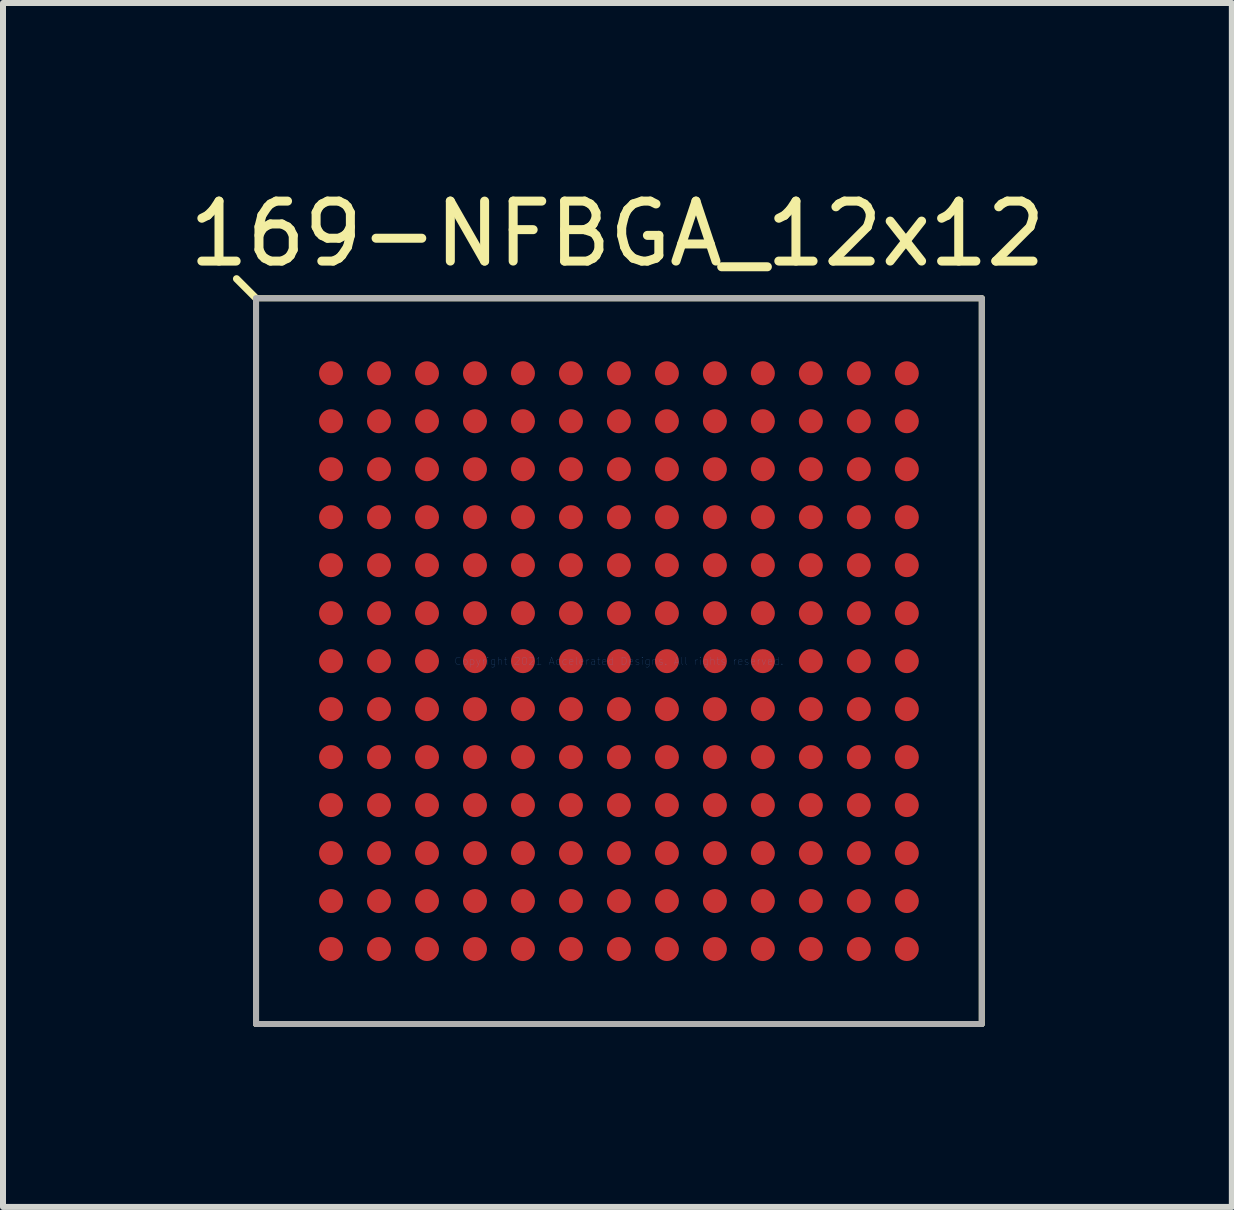
<source format=kicad_pcb>
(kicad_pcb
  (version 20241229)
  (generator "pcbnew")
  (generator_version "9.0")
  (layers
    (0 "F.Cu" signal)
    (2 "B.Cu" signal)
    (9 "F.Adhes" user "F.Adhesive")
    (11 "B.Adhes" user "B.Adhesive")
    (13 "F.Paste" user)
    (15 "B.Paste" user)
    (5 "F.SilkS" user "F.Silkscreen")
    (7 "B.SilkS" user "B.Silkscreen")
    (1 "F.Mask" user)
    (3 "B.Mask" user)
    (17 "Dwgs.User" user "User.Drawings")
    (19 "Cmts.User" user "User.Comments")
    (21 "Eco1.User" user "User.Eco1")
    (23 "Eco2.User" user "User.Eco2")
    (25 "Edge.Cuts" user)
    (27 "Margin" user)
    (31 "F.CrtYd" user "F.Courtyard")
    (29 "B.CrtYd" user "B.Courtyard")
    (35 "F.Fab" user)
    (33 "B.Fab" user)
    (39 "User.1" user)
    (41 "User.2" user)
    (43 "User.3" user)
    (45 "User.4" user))
  (footprint "169-NFBGA_12x12"
    (layer "F.Cu")
    (at 7.269 7.973)
    (property "Reference" "169-NFBGA_12x12" (at -0.025 -7.125 0) (layer "F.SilkS") (effects (font (size 1 1) (thickness 0.15))))
    (attr through_hole)
    (fp_line (start -6.05 -6.05) (end -6.375 -6.375) (stroke (width 0.12) (type solid)) (layer "F.SilkS"))
    (fp_line (start -6.05 -6.05) (end 6.05 -6.05) (stroke (width 0.1) (type solid)) (layer "F.SilkS"))
    (fp_line (start -6.05 6.05) (end -6.05 -6.05) (stroke (width 0.1) (type solid)) (layer "F.SilkS"))
    (fp_line (start -6.05 6.05) (end 6.05 6.05) (stroke (width 0.1) (type solid)) (layer "F.SilkS"))
    (fp_line (start 6.05 6.05) (end 6.05 -6.05) (stroke (width 0.1) (type solid)) (layer "F.SilkS"))
    (fp_line (start -6.05 -6.05) (end 6.05 -6.05) (stroke (width 0.1) (type solid)) (layer "F.Fab"))
    (fp_line (start -6.05 6.05) (end -6.05 -6.05) (stroke (width 0.1) (type solid)) (layer "F.Fab"))
    (fp_line (start -6.05 6.05) (end 6.05 6.05) (stroke (width 0.1) (type solid)) (layer "F.Fab"))
    (fp_line (start 6.05 6.05) (end 6.05 -6.05) (stroke (width 0.1) (type solid)) (layer "F.Fab"))
    (fp_text user "Copyright 2021 Accelerated Designs. All rights reserved." (at 0 0 0) (layer "Cmts.User") (effects (font (size 0.127 0.127) (thickness 0.002))))
    (pad "A1" smd circle (at -4.8 -4.8) (size 0.4 0.4) (layers "F.Cu" "F.Mask" "F.Paste"))
    (pad "A2" smd circle (at -4 -4.8) (size 0.4 0.4) (layers "F.Cu" "F.Mask" "F.Paste"))
    (pad "A3" smd circle (at -3.2 -4.8) (size 0.4 0.4) (layers "F.Cu" "F.Mask" "F.Paste"))
    (pad "A4" smd circle (at -2.4 -4.8) (size 0.4 0.4) (layers "F.Cu" "F.Mask" "F.Paste"))
    (pad "A5" smd circle (at -1.6 -4.8) (size 0.4 0.4) (layers "F.Cu" "F.Mask" "F.Paste"))
    (pad "A6" smd circle (at -0.8 -4.8) (size 0.4 0.4) (layers "F.Cu" "F.Mask" "F.Paste"))
    (pad "A7" smd circle (at 0 -4.8) (size 0.4 0.4) (layers "F.Cu" "F.Mask" "F.Paste"))
    (pad "A8" smd circle (at 0.8 -4.8) (size 0.4 0.4) (layers "F.Cu" "F.Mask" "F.Paste"))
    (pad "A9" smd circle (at 1.6 -4.8) (size 0.4 0.4) (layers "F.Cu" "F.Mask" "F.Paste"))
    (pad "A10" smd circle (at 2.4 -4.8) (size 0.4 0.4) (layers "F.Cu" "F.Mask" "F.Paste"))
    (pad "A11" smd circle (at 3.2 -4.8) (size 0.4 0.4) (layers "F.Cu" "F.Mask" "F.Paste"))
    (pad "A12" smd circle (at 4 -4.8) (size 0.4 0.4) (layers "F.Cu" "F.Mask" "F.Paste"))
    (pad "A13" smd circle (at 4.8 -4.8) (size 0.4 0.4) (layers "F.Cu" "F.Mask" "F.Paste"))
    (pad "B1" smd circle (at -4.8 -4) (size 0.4 0.4) (layers "F.Cu" "F.Mask" "F.Paste"))
    (pad "B2" smd circle (at -4 -4) (size 0.4 0.4) (layers "F.Cu" "F.Mask" "F.Paste"))
    (pad "B3" smd circle (at -3.2 -4) (size 0.4 0.4) (layers "F.Cu" "F.Mask" "F.Paste"))
    (pad "B4" smd circle (at -2.4 -4) (size 0.4 0.4) (layers "F.Cu" "F.Mask" "F.Paste"))
    (pad "B5" smd circle (at -1.6 -4) (size 0.4 0.4) (layers "F.Cu" "F.Mask" "F.Paste"))
    (pad "B6" smd circle (at -0.8 -4) (size 0.4 0.4) (layers "F.Cu" "F.Mask" "F.Paste"))
    (pad "B7" smd circle (at 0 -4) (size 0.4 0.4) (layers "F.Cu" "F.Mask" "F.Paste"))
    (pad "B8" smd circle (at 0.8 -4) (size 0.4 0.4) (layers "F.Cu" "F.Mask" "F.Paste"))
    (pad "B9" smd circle (at 1.6 -4) (size 0.4 0.4) (layers "F.Cu" "F.Mask" "F.Paste"))
    (pad "B10" smd circle (at 2.4 -4) (size 0.4 0.4) (layers "F.Cu" "F.Mask" "F.Paste"))
    (pad "B11" smd circle (at 3.2 -4) (size 0.4 0.4) (layers "F.Cu" "F.Mask" "F.Paste"))
    (pad "B12" smd circle (at 4 -4) (size 0.4 0.4) (layers "F.Cu" "F.Mask" "F.Paste"))
    (pad "B13" smd circle (at 4.8 -4) (size 0.4 0.4) (layers "F.Cu" "F.Mask" "F.Paste"))
    (pad "C1" smd circle (at -4.8 -3.2) (size 0.4 0.4) (layers "F.Cu" "F.Mask" "F.Paste"))
    (pad "C2" smd circle (at -4 -3.2) (size 0.4 0.4) (layers "F.Cu" "F.Mask" "F.Paste"))
    (pad "C3" smd circle (at -3.2 -3.2) (size 0.4 0.4) (layers "F.Cu" "F.Mask" "F.Paste"))
    (pad "C4" smd circle (at -2.4 -3.2) (size 0.4 0.4) (layers "F.Cu" "F.Mask" "F.Paste"))
    (pad "C5" smd circle (at -1.6 -3.2) (size 0.4 0.4) (layers "F.Cu" "F.Mask" "F.Paste"))
    (pad "C6" smd circle (at -0.8 -3.2) (size 0.4 0.4) (layers "F.Cu" "F.Mask" "F.Paste"))
    (pad "C7" smd circle (at 0 -3.2) (size 0.4 0.4) (layers "F.Cu" "F.Mask" "F.Paste"))
    (pad "C8" smd circle (at 0.8 -3.2) (size 0.4 0.4) (layers "F.Cu" "F.Mask" "F.Paste"))
    (pad "C9" smd circle (at 1.6 -3.2) (size 0.4 0.4) (layers "F.Cu" "F.Mask" "F.Paste"))
    (pad "C10" smd circle (at 2.4 -3.2) (size 0.4 0.4) (layers "F.Cu" "F.Mask" "F.Paste"))
    (pad "C11" smd circle (at 3.2 -3.2) (size 0.4 0.4) (layers "F.Cu" "F.Mask" "F.Paste"))
    (pad "C12" smd circle (at 4 -3.2) (size 0.4 0.4) (layers "F.Cu" "F.Mask" "F.Paste"))
    (pad "C13" smd circle (at 4.8 -3.2) (size 0.4 0.4) (layers "F.Cu" "F.Mask" "F.Paste"))
    (pad "D1" smd circle (at -4.8 -2.4) (size 0.4 0.4) (layers "F.Cu" "F.Mask" "F.Paste"))
    (pad "D2" smd circle (at -4 -2.4) (size 0.4 0.4) (layers "F.Cu" "F.Mask" "F.Paste"))
    (pad "D3" smd circle (at -3.2 -2.4) (size 0.4 0.4) (layers "F.Cu" "F.Mask" "F.Paste"))
    (pad "D4" smd circle (at -2.4 -2.4) (size 0.4 0.4) (layers "F.Cu" "F.Mask" "F.Paste"))
    (pad "D5" smd circle (at -1.6 -2.4) (size 0.4 0.4) (layers "F.Cu" "F.Mask" "F.Paste"))
    (pad "D6" smd circle (at -0.8 -2.4) (size 0.4 0.4) (layers "F.Cu" "F.Mask" "F.Paste"))
    (pad "D7" smd circle (at 0 -2.4) (size 0.4 0.4) (layers "F.Cu" "F.Mask" "F.Paste"))
    (pad "D8" smd circle (at 0.8 -2.4) (size 0.4 0.4) (layers "F.Cu" "F.Mask" "F.Paste"))
    (pad "D9" smd circle (at 1.6 -2.4) (size 0.4 0.4) (layers "F.Cu" "F.Mask" "F.Paste"))
    (pad "D10" smd circle (at 2.4 -2.4) (size 0.4 0.4) (layers "F.Cu" "F.Mask" "F.Paste"))
    (pad "D11" smd circle (at 3.2 -2.4) (size 0.4 0.4) (layers "F.Cu" "F.Mask" "F.Paste"))
    (pad "D12" smd circle (at 4 -2.4) (size 0.4 0.4) (layers "F.Cu" "F.Mask" "F.Paste"))
    (pad "D13" smd circle (at 4.8 -2.4) (size 0.4 0.4) (layers "F.Cu" "F.Mask" "F.Paste"))
    (pad "E1" smd circle (at -4.8 -1.6) (size 0.4 0.4) (layers "F.Cu" "F.Mask" "F.Paste"))
    (pad "E2" smd circle (at -4 -1.6) (size 0.4 0.4) (layers "F.Cu" "F.Mask" "F.Paste"))
    (pad "E3" smd circle (at -3.2 -1.6) (size 0.4 0.4) (layers "F.Cu" "F.Mask" "F.Paste"))
    (pad "E4" smd circle (at -2.4 -1.6) (size 0.4 0.4) (layers "F.Cu" "F.Mask" "F.Paste"))
    (pad "E5" smd circle (at -1.6 -1.6) (size 0.4 0.4) (layers "F.Cu" "F.Mask" "F.Paste"))
    (pad "E6" smd circle (at -0.8 -1.6) (size 0.4 0.4) (layers "F.Cu" "F.Mask" "F.Paste"))
    (pad "E7" smd circle (at 0 -1.6) (size 0.4 0.4) (layers "F.Cu" "F.Mask" "F.Paste"))
    (pad "E8" smd circle (at 0.8 -1.6) (size 0.4 0.4) (layers "F.Cu" "F.Mask" "F.Paste"))
    (pad "E9" smd circle (at 1.6 -1.6) (size 0.4 0.4) (layers "F.Cu" "F.Mask" "F.Paste"))
    (pad "E10" smd circle (at 2.4 -1.6) (size 0.4 0.4) (layers "F.Cu" "F.Mask" "F.Paste"))
    (pad "E11" smd circle (at 3.2 -1.6) (size 0.4 0.4) (layers "F.Cu" "F.Mask" "F.Paste"))
    (pad "E12" smd circle (at 4 -1.6) (size 0.4 0.4) (layers "F.Cu" "F.Mask" "F.Paste"))
    (pad "E13" smd circle (at 4.8 -1.6) (size 0.4 0.4) (layers "F.Cu" "F.Mask" "F.Paste"))
    (pad "F1" smd circle (at -4.8 -0.8) (size 0.4 0.4) (layers "F.Cu" "F.Mask" "F.Paste"))
    (pad "F2" smd circle (at -4 -0.8) (size 0.4 0.4) (layers "F.Cu" "F.Mask" "F.Paste"))
    (pad "F3" smd circle (at -3.2 -0.8) (size 0.4 0.4) (layers "F.Cu" "F.Mask" "F.Paste"))
    (pad "F4" smd circle (at -2.4 -0.8) (size 0.4 0.4) (layers "F.Cu" "F.Mask" "F.Paste"))
    (pad "F5" smd circle (at -1.6 -0.8) (size 0.4 0.4) (layers "F.Cu" "F.Mask" "F.Paste"))
    (pad "F6" smd circle (at -0.8 -0.8) (size 0.4 0.4) (layers "F.Cu" "F.Mask" "F.Paste"))
    (pad "F7" smd circle (at 0 -0.8) (size 0.4 0.4) (layers "F.Cu" "F.Mask" "F.Paste"))
    (pad "F8" smd circle (at 0.8 -0.8) (size 0.4 0.4) (layers "F.Cu" "F.Mask" "F.Paste"))
    (pad "F9" smd circle (at 1.6 -0.8) (size 0.4 0.4) (layers "F.Cu" "F.Mask" "F.Paste"))
    (pad "F10" smd circle (at 2.4 -0.8) (size 0.4 0.4) (layers "F.Cu" "F.Mask" "F.Paste"))
    (pad "F11" smd circle (at 3.2 -0.8) (size 0.4 0.4) (layers "F.Cu" "F.Mask" "F.Paste"))
    (pad "F12" smd circle (at 4 -0.8) (size 0.4 0.4) (layers "F.Cu" "F.Mask" "F.Paste"))
    (pad "F13" smd circle (at 4.8 -0.8) (size 0.4 0.4) (layers "F.Cu" "F.Mask" "F.Paste"))
    (pad "G1" smd circle (at -4.8 0) (size 0.4 0.4) (layers "F.Cu" "F.Mask" "F.Paste"))
    (pad "G2" smd circle (at -4 0) (size 0.4 0.4) (layers "F.Cu" "F.Mask" "F.Paste"))
    (pad "G3" smd circle (at -3.2 0) (size 0.4 0.4) (layers "F.Cu" "F.Mask" "F.Paste"))
    (pad "G4" smd circle (at -2.4 0) (size 0.4 0.4) (layers "F.Cu" "F.Mask" "F.Paste"))
    (pad "G5" smd circle (at -1.6 0) (size 0.4 0.4) (layers "F.Cu" "F.Mask" "F.Paste"))
    (pad "G6" smd circle (at -0.8 0) (size 0.4 0.4) (layers "F.Cu" "F.Mask" "F.Paste"))
    (pad "G7" smd circle (at 0 0) (size 0.4 0.4) (layers "F.Cu" "F.Mask" "F.Paste"))
    (pad "G8" smd circle (at 0.8 0) (size 0.4 0.4) (layers "F.Cu" "F.Mask" "F.Paste"))
    (pad "G9" smd circle (at 1.6 0) (size 0.4 0.4) (layers "F.Cu" "F.Mask" "F.Paste"))
    (pad "G10" smd circle (at 2.4 0) (size 0.4 0.4) (layers "F.Cu" "F.Mask" "F.Paste"))
    (pad "G11" smd circle (at 3.2 0) (size 0.4 0.4) (layers "F.Cu" "F.Mask" "F.Paste"))
    (pad "G12" smd circle (at 4 0) (size 0.4 0.4) (layers "F.Cu" "F.Mask" "F.Paste"))
    (pad "G13" smd circle (at 4.8 0) (size 0.4 0.4) (layers "F.Cu" "F.Mask" "F.Paste"))
    (pad "H1" smd circle (at -4.8 0.8) (size 0.4 0.4) (layers "F.Cu" "F.Mask" "F.Paste"))
    (pad "H2" smd circle (at -4 0.8) (size 0.4 0.4) (layers "F.Cu" "F.Mask" "F.Paste"))
    (pad "H3" smd circle (at -3.2 0.8) (size 0.4 0.4) (layers "F.Cu" "F.Mask" "F.Paste"))
    (pad "H4" smd circle (at -2.4 0.8) (size 0.4 0.4) (layers "F.Cu" "F.Mask" "F.Paste"))
    (pad "H5" smd circle (at -1.6 0.8) (size 0.4 0.4) (layers "F.Cu" "F.Mask" "F.Paste"))
    (pad "H6" smd circle (at -0.8 0.8) (size 0.4 0.4) (layers "F.Cu" "F.Mask" "F.Paste"))
    (pad "H7" smd circle (at 0 0.8) (size 0.4 0.4) (layers "F.Cu" "F.Mask" "F.Paste"))
    (pad "H8" smd circle (at 0.8 0.8) (size 0.4 0.4) (layers "F.Cu" "F.Mask" "F.Paste"))
    (pad "H9" smd circle (at 1.6 0.8) (size 0.4 0.4) (layers "F.Cu" "F.Mask" "F.Paste"))
    (pad "H10" smd circle (at 2.4 0.8) (size 0.4 0.4) (layers "F.Cu" "F.Mask" "F.Paste"))
    (pad "H11" smd circle (at 3.2 0.8) (size 0.4 0.4) (layers "F.Cu" "F.Mask" "F.Paste"))
    (pad "H12" smd circle (at 4 0.8) (size 0.4 0.4) (layers "F.Cu" "F.Mask" "F.Paste"))
    (pad "H13" smd circle (at 4.8 0.8) (size 0.4 0.4) (layers "F.Cu" "F.Mask" "F.Paste"))
    (pad "J1" smd circle (at -4.8 1.6) (size 0.4 0.4) (layers "F.Cu" "F.Mask" "F.Paste"))
    (pad "J2" smd circle (at -4 1.6) (size 0.4 0.4) (layers "F.Cu" "F.Mask" "F.Paste"))
    (pad "J3" smd circle (at -3.2 1.6) (size 0.4 0.4) (layers "F.Cu" "F.Mask" "F.Paste"))
    (pad "J4" smd circle (at -2.4 1.6) (size 0.4 0.4) (layers "F.Cu" "F.Mask" "F.Paste"))
    (pad "J5" smd circle (at -1.6 1.6) (size 0.4 0.4) (layers "F.Cu" "F.Mask" "F.Paste"))
    (pad "J6" smd circle (at -0.8 1.6) (size 0.4 0.4) (layers "F.Cu" "F.Mask" "F.Paste"))
    (pad "J7" smd circle (at 0 1.6) (size 0.4 0.4) (layers "F.Cu" "F.Mask" "F.Paste"))
    (pad "J8" smd circle (at 0.8 1.6) (size 0.4 0.4) (layers "F.Cu" "F.Mask" "F.Paste"))
    (pad "J9" smd circle (at 1.6 1.6) (size 0.4 0.4) (layers "F.Cu" "F.Mask" "F.Paste"))
    (pad "J10" smd circle (at 2.4 1.6) (size 0.4 0.4) (layers "F.Cu" "F.Mask" "F.Paste"))
    (pad "J11" smd circle (at 3.2 1.6) (size 0.4 0.4) (layers "F.Cu" "F.Mask" "F.Paste"))
    (pad "J12" smd circle (at 4 1.6) (size 0.4 0.4) (layers "F.Cu" "F.Mask" "F.Paste"))
    (pad "J13" smd circle (at 4.8 1.6) (size 0.4 0.4) (layers "F.Cu" "F.Mask" "F.Paste"))
    (pad "K1" smd circle (at -4.8 2.4) (size 0.4 0.4) (layers "F.Cu" "F.Mask" "F.Paste"))
    (pad "K2" smd circle (at -4 2.4) (size 0.4 0.4) (layers "F.Cu" "F.Mask" "F.Paste"))
    (pad "K3" smd circle (at -3.2 2.4) (size 0.4 0.4) (layers "F.Cu" "F.Mask" "F.Paste"))
    (pad "K4" smd circle (at -2.4 2.4) (size 0.4 0.4) (layers "F.Cu" "F.Mask" "F.Paste"))
    (pad "K5" smd circle (at -1.6 2.4) (size 0.4 0.4) (layers "F.Cu" "F.Mask" "F.Paste"))
    (pad "K6" smd circle (at -0.8 2.4) (size 0.4 0.4) (layers "F.Cu" "F.Mask" "F.Paste"))
    (pad "K7" smd circle (at 0 2.4) (size 0.4 0.4) (layers "F.Cu" "F.Mask" "F.Paste"))
    (pad "K8" smd circle (at 0.8 2.4) (size 0.4 0.4) (layers "F.Cu" "F.Mask" "F.Paste"))
    (pad "K9" smd circle (at 1.6 2.4) (size 0.4 0.4) (layers "F.Cu" "F.Mask" "F.Paste"))
    (pad "K10" smd circle (at 2.4 2.4) (size 0.4 0.4) (layers "F.Cu" "F.Mask" "F.Paste"))
    (pad "K11" smd circle (at 3.2 2.4) (size 0.4 0.4) (layers "F.Cu" "F.Mask" "F.Paste"))
    (pad "K12" smd circle (at 4 2.4) (size 0.4 0.4) (layers "F.Cu" "F.Mask" "F.Paste"))
    (pad "K13" smd circle (at 4.8 2.4) (size 0.4 0.4) (layers "F.Cu" "F.Mask" "F.Paste"))
    (pad "L1" smd circle (at -4.8 3.2) (size 0.4 0.4) (layers "F.Cu" "F.Mask" "F.Paste"))
    (pad "L2" smd circle (at -4 3.2) (size 0.4 0.4) (layers "F.Cu" "F.Mask" "F.Paste"))
    (pad "L3" smd circle (at -3.2 3.2) (size 0.4 0.4) (layers "F.Cu" "F.Mask" "F.Paste"))
    (pad "L4" smd circle (at -2.4 3.2) (size 0.4 0.4) (layers "F.Cu" "F.Mask" "F.Paste"))
    (pad "L5" smd circle (at -1.6 3.2) (size 0.4 0.4) (layers "F.Cu" "F.Mask" "F.Paste"))
    (pad "L6" smd circle (at -0.8 3.2) (size 0.4 0.4) (layers "F.Cu" "F.Mask" "F.Paste"))
    (pad "L7" smd circle (at 0 3.2) (size 0.4 0.4) (layers "F.Cu" "F.Mask" "F.Paste"))
    (pad "L8" smd circle (at 0.8 3.2) (size 0.4 0.4) (layers "F.Cu" "F.Mask" "F.Paste"))
    (pad "L9" smd circle (at 1.6 3.2) (size 0.4 0.4) (layers "F.Cu" "F.Mask" "F.Paste"))
    (pad "L10" smd circle (at 2.4 3.2) (size 0.4 0.4) (layers "F.Cu" "F.Mask" "F.Paste"))
    (pad "L11" smd circle (at 3.2 3.2) (size 0.4 0.4) (layers "F.Cu" "F.Mask" "F.Paste"))
    (pad "L12" smd circle (at 4 3.2) (size 0.4 0.4) (layers "F.Cu" "F.Mask" "F.Paste"))
    (pad "L13" smd circle (at 4.8 3.2) (size 0.4 0.4) (layers "F.Cu" "F.Mask" "F.Paste"))
    (pad "M1" smd circle (at -4.8 4) (size 0.4 0.4) (layers "F.Cu" "F.Mask" "F.Paste"))
    (pad "M2" smd circle (at -4 4) (size 0.4 0.4) (layers "F.Cu" "F.Mask" "F.Paste"))
    (pad "M3" smd circle (at -3.2 4) (size 0.4 0.4) (layers "F.Cu" "F.Mask" "F.Paste"))
    (pad "M4" smd circle (at -2.4 4) (size 0.4 0.4) (layers "F.Cu" "F.Mask" "F.Paste"))
    (pad "M5" smd circle (at -1.6 4) (size 0.4 0.4) (layers "F.Cu" "F.Mask" "F.Paste"))
    (pad "M6" smd circle (at -0.8 4) (size 0.4 0.4) (layers "F.Cu" "F.Mask" "F.Paste"))
    (pad "M7" smd circle (at 0 4) (size 0.4 0.4) (layers "F.Cu" "F.Mask" "F.Paste"))
    (pad "M8" smd circle (at 0.8 4) (size 0.4 0.4) (layers "F.Cu" "F.Mask" "F.Paste"))
    (pad "M9" smd circle (at 1.6 4) (size 0.4 0.4) (layers "F.Cu" "F.Mask" "F.Paste"))
    (pad "M10" smd circle (at 2.4 4) (size 0.4 0.4) (layers "F.Cu" "F.Mask" "F.Paste"))
    (pad "M11" smd circle (at 3.2 4) (size 0.4 0.4) (layers "F.Cu" "F.Mask" "F.Paste"))
    (pad "M12" smd circle (at 4 4) (size 0.4 0.4) (layers "F.Cu" "F.Mask" "F.Paste"))
    (pad "M13" smd circle (at 4.8 4) (size 0.4 0.4) (layers "F.Cu" "F.Mask" "F.Paste"))
    (pad "N1" smd circle (at -4.8 4.8) (size 0.4 0.4) (layers "F.Cu" "F.Mask" "F.Paste"))
    (pad "N2" smd circle (at -4 4.8) (size 0.4 0.4) (layers "F.Cu" "F.Mask" "F.Paste"))
    (pad "N3" smd circle (at -3.2 4.8) (size 0.4 0.4) (layers "F.Cu" "F.Mask" "F.Paste"))
    (pad "N4" smd circle (at -2.4 4.8) (size 0.4 0.4) (layers "F.Cu" "F.Mask" "F.Paste"))
    (pad "N5" smd circle (at -1.6 4.8) (size 0.4 0.4) (layers "F.Cu" "F.Mask" "F.Paste"))
    (pad "N6" smd circle (at -0.8 4.8) (size 0.4 0.4) (layers "F.Cu" "F.Mask" "F.Paste"))
    (pad "N7" smd circle (at 0 4.8) (size 0.4 0.4) (layers "F.Cu" "F.Mask" "F.Paste"))
    (pad "N8" smd circle (at 0.8 4.8) (size 0.4 0.4) (layers "F.Cu" "F.Mask" "F.Paste"))
    (pad "N9" smd circle (at 1.6 4.8) (size 0.4 0.4) (layers "F.Cu" "F.Mask" "F.Paste"))
    (pad "N10" smd circle (at 2.4 4.8) (size 0.4 0.4) (layers "F.Cu" "F.Mask" "F.Paste"))
    (pad "N11" smd circle (at 3.2 4.8) (size 0.4 0.4) (layers "F.Cu" "F.Mask" "F.Paste"))
    (pad "N12" smd circle (at 4 4.8) (size 0.4 0.4) (layers "F.Cu" "F.Mask" "F.Paste"))
    (pad "N13" smd circle (at 4.8 4.8) (size 0.4 0.4) (layers "F.Cu" "F.Mask" "F.Paste")))
  (gr_rect
    (start -3 -3)
    (end 17.488 17.073)
    (stroke (width 0.1) (type default))
    (fill no)
    (layer "Edge.Cuts")))
</source>
